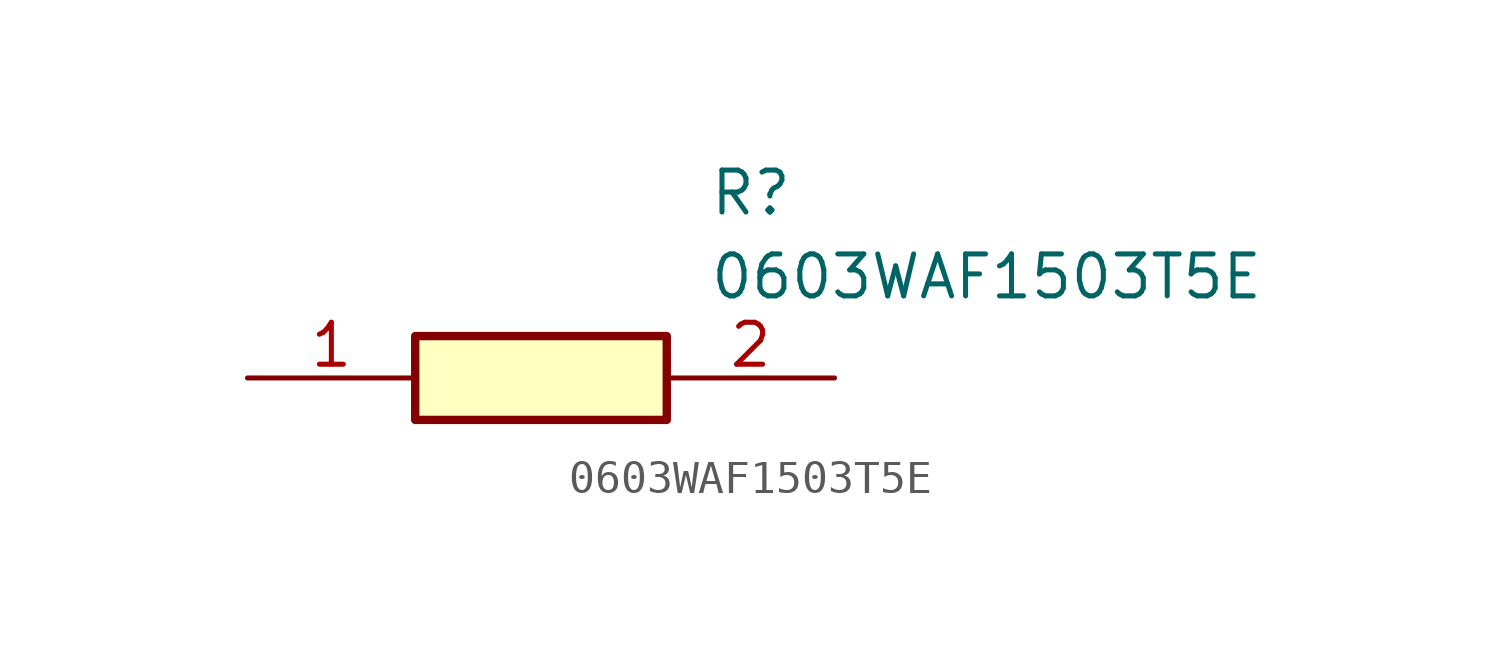
<source format=kicad_sym>
(kicad_symbol_lib
  (version 20211014)
  (generator SamacSys_ECAD_Model)
  (symbol "0603WAF1503T5E"
    (pin_names hide)
    (property "Reference" "R"
      (at 13.97 6.35 0)
      (effects (font (size 1.27 1.27)) (justify left top)))
    (property "Value" "0603WAF1503T5E"
      (at 13.97 3.81 0)
      (effects (font (size 1.27 1.27)) (justify left top)))
    (rectangle
      (start 5.08 1.27)
      (end 12.7 -1.27)
      (stroke (width 0.254) (type default))
      (fill (type background)))
    (pin passive line
      (at 0 0 0)
      (length 5.08)
      (name "1" (effects (font (size 1.27 1.27))))
      (number "1" (effects (font (size 1.27 1.27)))))
    (pin passive line
      (at 17.78 0 180)
      (length 5.08)
      (name "2" (effects (font (size 1.27 1.27))))
      (number "2" (effects (font (size 1.27 1.27)))))))
</source>
